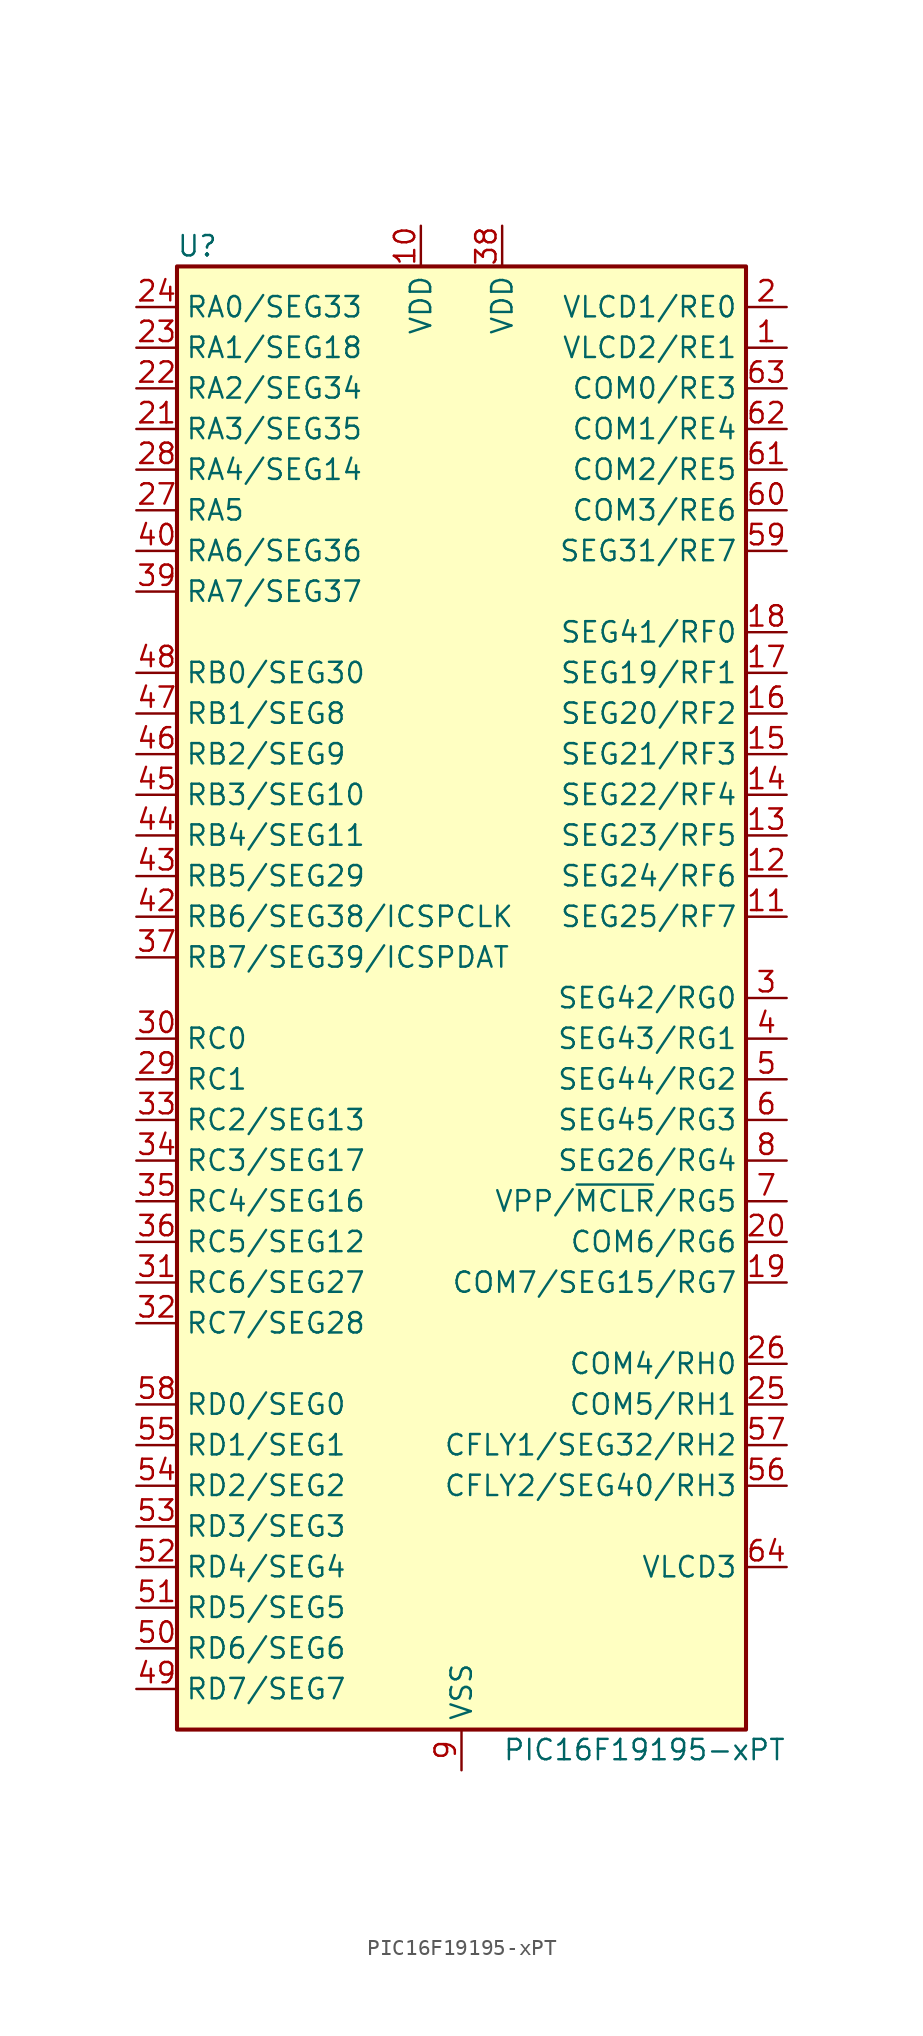
<source format=kicad_sym>
(kicad_symbol_lib
  (version 20220914)
  (generator kicad_symbol_editor)
  (symbol "PIC16F19195-xPT"
    (property "Reference" "U"
      (at -16.51 46.99 0)
      (effects (font (size 1.27 1.27))))
    (property "Value" "PIC16F19195-xPT"
      (at 11.43 -46.99 0)
      (effects (font (size 1.27 1.27))))
    (symbol "PIC16F19195-xPT_0_1"
      (rectangle (start -17.78 45.72) (end 17.78 -45.72) (stroke (width 0.254) (type default)) (fill (type background))))
    (symbol "PIC16F19195-xPT_1_1"
      (pin bidirectional line (at 20.32 40.64 180) (length 2.54) (name "VLCD2/RE1" (effects (font (size 1.27 1.27)))) (number "1" (effects (font (size 1.27 1.27)))))
      (pin power_in line (at -2.54 48.26 270) (length 2.54) (name "VDD" (effects (font (size 1.27 1.27)))) (number "10" (effects (font (size 1.27 1.27)))))
      (pin bidirectional line (at 20.32 5.08 180) (length 2.54) (name "SEG25/RF7" (effects (font (size 1.27 1.27)))) (number "11" (effects (font (size 1.27 1.27)))))
      (pin bidirectional line (at 20.32 7.62 180) (length 2.54) (name "SEG24/RF6" (effects (font (size 1.27 1.27)))) (number "12" (effects (font (size 1.27 1.27)))))
      (pin bidirectional line (at 20.32 10.16 180) (length 2.54) (name "SEG23/RF5" (effects (font (size 1.27 1.27)))) (number "13" (effects (font (size 1.27 1.27)))))
      (pin bidirectional line (at 20.32 12.7 180) (length 2.54) (name "SEG22/RF4" (effects (font (size 1.27 1.27)))) (number "14" (effects (font (size 1.27 1.27)))))
      (pin bidirectional line (at 20.32 15.24 180) (length 2.54) (name "SEG21/RF3" (effects (font (size 1.27 1.27)))) (number "15" (effects (font (size 1.27 1.27)))))
      (pin bidirectional line (at 20.32 17.78 180) (length 2.54) (name "SEG20/RF2" (effects (font (size 1.27 1.27)))) (number "16" (effects (font (size 1.27 1.27)))))
      (pin bidirectional line (at 20.32 20.32 180) (length 2.54) (name "SEG19/RF1" (effects (font (size 1.27 1.27)))) (number "17" (effects (font (size 1.27 1.27)))))
      (pin bidirectional line (at 20.32 22.86 180) (length 2.54) (name "SEG41/RF0" (effects (font (size 1.27 1.27)))) (number "18" (effects (font (size 1.27 1.27)))))
      (pin bidirectional line (at 20.32 -17.78 180) (length 2.54) (name "COM7/SEG15/RG7" (effects (font (size 1.27 1.27)))) (number "19" (effects (font (size 1.27 1.27)))))
      (pin bidirectional line (at 20.32 43.18 180) (length 2.54) (name "VLCD1/RE0" (effects (font (size 1.27 1.27)))) (number "2" (effects (font (size 1.27 1.27)))))
      (pin bidirectional line (at 20.32 -15.24 180) (length 2.54) (name "COM6/RG6" (effects (font (size 1.27 1.27)))) (number "20" (effects (font (size 1.27 1.27)))))
      (pin bidirectional line (at -20.32 35.56 0) (length 2.54) (name "RA3/SEG35" (effects (font (size 1.27 1.27)))) (number "21" (effects (font (size 1.27 1.27)))))
      (pin bidirectional line (at -20.32 38.1 0) (length 2.54) (name "RA2/SEG34" (effects (font (size 1.27 1.27)))) (number "22" (effects (font (size 1.27 1.27)))))
      (pin bidirectional line (at -20.32 40.64 0) (length 2.54) (name "RA1/SEG18" (effects (font (size 1.27 1.27)))) (number "23" (effects (font (size 1.27 1.27)))))
      (pin bidirectional line (at -20.32 43.18 0) (length 2.54) (name "RA0/SEG33" (effects (font (size 1.27 1.27)))) (number "24" (effects (font (size 1.27 1.27)))))
      (pin bidirectional line (at 20.32 -25.4 180) (length 2.54) (name "COM5/RH1" (effects (font (size 1.27 1.27)))) (number "25" (effects (font (size 1.27 1.27)))))
      (pin bidirectional line (at 20.32 -22.86 180) (length 2.54) (name "COM4/RH0" (effects (font (size 1.27 1.27)))) (number "26" (effects (font (size 1.27 1.27)))))
      (pin bidirectional line (at -20.32 30.48 0) (length 2.54) (name "RA5" (effects (font (size 1.27 1.27)))) (number "27" (effects (font (size 1.27 1.27)))))
      (pin bidirectional line (at -20.32 33.02 0) (length 2.54) (name "RA4/SEG14" (effects (font (size 1.27 1.27)))) (number "28" (effects (font (size 1.27 1.27)))))
      (pin bidirectional line (at -20.32 -5.08 0) (length 2.54) (name "RC1" (effects (font (size 1.27 1.27)))) (number "29" (effects (font (size 1.27 1.27)))))
      (pin bidirectional line (at 20.32 0 180) (length 2.54) (name "SEG42/RG0" (effects (font (size 1.27 1.27)))) (number "3" (effects (font (size 1.27 1.27)))))
      (pin bidirectional line (at -20.32 -2.54 0) (length 2.54) (name "RC0" (effects (font (size 1.27 1.27)))) (number "30" (effects (font (size 1.27 1.27)))))
      (pin bidirectional line (at -20.32 -17.78 0) (length 2.54) (name "RC6/SEG27" (effects (font (size 1.27 1.27)))) (number "31" (effects (font (size 1.27 1.27)))))
      (pin bidirectional line (at -20.32 -20.32 0) (length 2.54) (name "RC7/SEG28" (effects (font (size 1.27 1.27)))) (number "32" (effects (font (size 1.27 1.27)))))
      (pin bidirectional line (at -20.32 -7.62 0) (length 2.54) (name "RC2/SEG13" (effects (font (size 1.27 1.27)))) (number "33" (effects (font (size 1.27 1.27)))))
      (pin bidirectional line (at -20.32 -10.16 0) (length 2.54) (name "RC3/SEG17" (effects (font (size 1.27 1.27)))) (number "34" (effects (font (size 1.27 1.27)))))
      (pin bidirectional line (at -20.32 -12.7 0) (length 2.54) (name "RC4/SEG16" (effects (font (size 1.27 1.27)))) (number "35" (effects (font (size 1.27 1.27)))))
      (pin bidirectional line (at -20.32 -15.24 0) (length 2.54) (name "RC5/SEG12" (effects (font (size 1.27 1.27)))) (number "36" (effects (font (size 1.27 1.27)))))
      (pin bidirectional line (at -20.32 2.54 0) (length 2.54) (name "RB7/SEG39/ICSPDAT" (effects (font (size 1.27 1.27)))) (number "37" (effects (font (size 1.27 1.27)))))
      (pin power_in line (at 2.54 48.26 270) (length 2.54) (name "VDD" (effects (font (size 1.27 1.27)))) (number "38" (effects (font (size 1.27 1.27)))))
      (pin bidirectional line (at -20.32 25.4 0) (length 2.54) (name "RA7/SEG37" (effects (font (size 1.27 1.27)))) (number "39" (effects (font (size 1.27 1.27)))))
      (pin bidirectional line (at 20.32 -2.54 180) (length 2.54) (name "SEG43/RG1" (effects (font (size 1.27 1.27)))) (number "4" (effects (font (size 1.27 1.27)))))
      (pin bidirectional line (at -20.32 27.94 0) (length 2.54) (name "RA6/SEG36" (effects (font (size 1.27 1.27)))) (number "40" (effects (font (size 1.27 1.27)))))
      (pin passive line (at 0 -48.26 90) (length 2.54) hide (name "VSS" (effects (font (size 1.27 1.27)))) (number "41" (effects (font (size 1.27 1.27)))))
      (pin bidirectional line (at -20.32 5.08 0) (length 2.54) (name "RB6/SEG38/ICSPCLK" (effects (font (size 1.27 1.27)))) (number "42" (effects (font (size 1.27 1.27)))))
      (pin bidirectional line (at -20.32 7.62 0) (length 2.54) (name "RB5/SEG29" (effects (font (size 1.27 1.27)))) (number "43" (effects (font (size 1.27 1.27)))))
      (pin bidirectional line (at -20.32 10.16 0) (length 2.54) (name "RB4/SEG11" (effects (font (size 1.27 1.27)))) (number "44" (effects (font (size 1.27 1.27)))))
      (pin bidirectional line (at -20.32 12.7 0) (length 2.54) (name "RB3/SEG10" (effects (font (size 1.27 1.27)))) (number "45" (effects (font (size 1.27 1.27)))))
      (pin bidirectional line (at -20.32 15.24 0) (length 2.54) (name "RB2/SEG9" (effects (font (size 1.27 1.27)))) (number "46" (effects (font (size 1.27 1.27)))))
      (pin bidirectional line (at -20.32 17.78 0) (length 2.54) (name "RB1/SEG8" (effects (font (size 1.27 1.27)))) (number "47" (effects (font (size 1.27 1.27)))))
      (pin bidirectional line (at -20.32 20.32 0) (length 2.54) (name "RB0/SEG30" (effects (font (size 1.27 1.27)))) (number "48" (effects (font (size 1.27 1.27)))))
      (pin bidirectional line (at -20.32 -43.18 0) (length 2.54) (name "RD7/SEG7" (effects (font (size 1.27 1.27)))) (number "49" (effects (font (size 1.27 1.27)))))
      (pin bidirectional line (at 20.32 -5.08 180) (length 2.54) (name "SEG44/RG2" (effects (font (size 1.27 1.27)))) (number "5" (effects (font (size 1.27 1.27)))))
      (pin bidirectional line (at -20.32 -40.64 0) (length 2.54) (name "RD6/SEG6" (effects (font (size 1.27 1.27)))) (number "50" (effects (font (size 1.27 1.27)))))
      (pin bidirectional line (at -20.32 -38.1 0) (length 2.54) (name "RD5/SEG5" (effects (font (size 1.27 1.27)))) (number "51" (effects (font (size 1.27 1.27)))))
      (pin bidirectional line (at -20.32 -35.56 0) (length 2.54) (name "RD4/SEG4" (effects (font (size 1.27 1.27)))) (number "52" (effects (font (size 1.27 1.27)))))
      (pin bidirectional line (at -20.32 -33.02 0) (length 2.54) (name "RD3/SEG3" (effects (font (size 1.27 1.27)))) (number "53" (effects (font (size 1.27 1.27)))))
      (pin bidirectional line (at -20.32 -30.48 0) (length 2.54) (name "RD2/SEG2" (effects (font (size 1.27 1.27)))) (number "54" (effects (font (size 1.27 1.27)))))
      (pin bidirectional line (at -20.32 -27.94 0) (length 2.54) (name "RD1/SEG1" (effects (font (size 1.27 1.27)))) (number "55" (effects (font (size 1.27 1.27)))))
      (pin bidirectional line (at 20.32 -30.48 180) (length 2.54) (name "CFLY2/SEG40/RH3" (effects (font (size 1.27 1.27)))) (number "56" (effects (font (size 1.27 1.27)))))
      (pin bidirectional line (at 20.32 -27.94 180) (length 2.54) (name "CFLY1/SEG32/RH2" (effects (font (size 1.27 1.27)))) (number "57" (effects (font (size 1.27 1.27)))))
      (pin bidirectional line (at -20.32 -25.4 0) (length 2.54) (name "RD0/SEG0" (effects (font (size 1.27 1.27)))) (number "58" (effects (font (size 1.27 1.27)))))
      (pin bidirectional line (at 20.32 27.94 180) (length 2.54) (name "SEG31/RE7" (effects (font (size 1.27 1.27)))) (number "59" (effects (font (size 1.27 1.27)))))
      (pin bidirectional line (at 20.32 -7.62 180) (length 2.54) (name "SEG45/RG3" (effects (font (size 1.27 1.27)))) (number "6" (effects (font (size 1.27 1.27)))))
      (pin bidirectional line (at 20.32 30.48 180) (length 2.54) (name "COM3/RE6" (effects (font (size 1.27 1.27)))) (number "60" (effects (font (size 1.27 1.27)))))
      (pin bidirectional line (at 20.32 33.02 180) (length 2.54) (name "COM2/RE5" (effects (font (size 1.27 1.27)))) (number "61" (effects (font (size 1.27 1.27)))))
      (pin bidirectional line (at 20.32 35.56 180) (length 2.54) (name "COM1/RE4" (effects (font (size 1.27 1.27)))) (number "62" (effects (font (size 1.27 1.27)))))
      (pin bidirectional line (at 20.32 38.1 180) (length 2.54) (name "COM0/RE3" (effects (font (size 1.27 1.27)))) (number "63" (effects (font (size 1.27 1.27)))))
      (pin input line (at 20.32 -35.56 180) (length 2.54) (name "VLCD3" (effects (font (size 1.27 1.27)))) (number "64" (effects (font (size 1.27 1.27)))))
      (pin bidirectional line (at 20.32 -12.7 180) (length 2.54) (name "VPP/~{MCLR}/RG5" (effects (font (size 1.27 1.27)))) (number "7" (effects (font (size 1.27 1.27)))))
      (pin bidirectional line (at 20.32 -10.16 180) (length 2.54) (name "SEG26/RG4" (effects (font (size 1.27 1.27)))) (number "8" (effects (font (size 1.27 1.27)))))
      (pin power_in line (at 0 -48.26 90) (length 2.54) (name "VSS" (effects (font (size 1.27 1.27)))) (number "9" (effects (font (size 1.27 1.27))))))))
</source>
